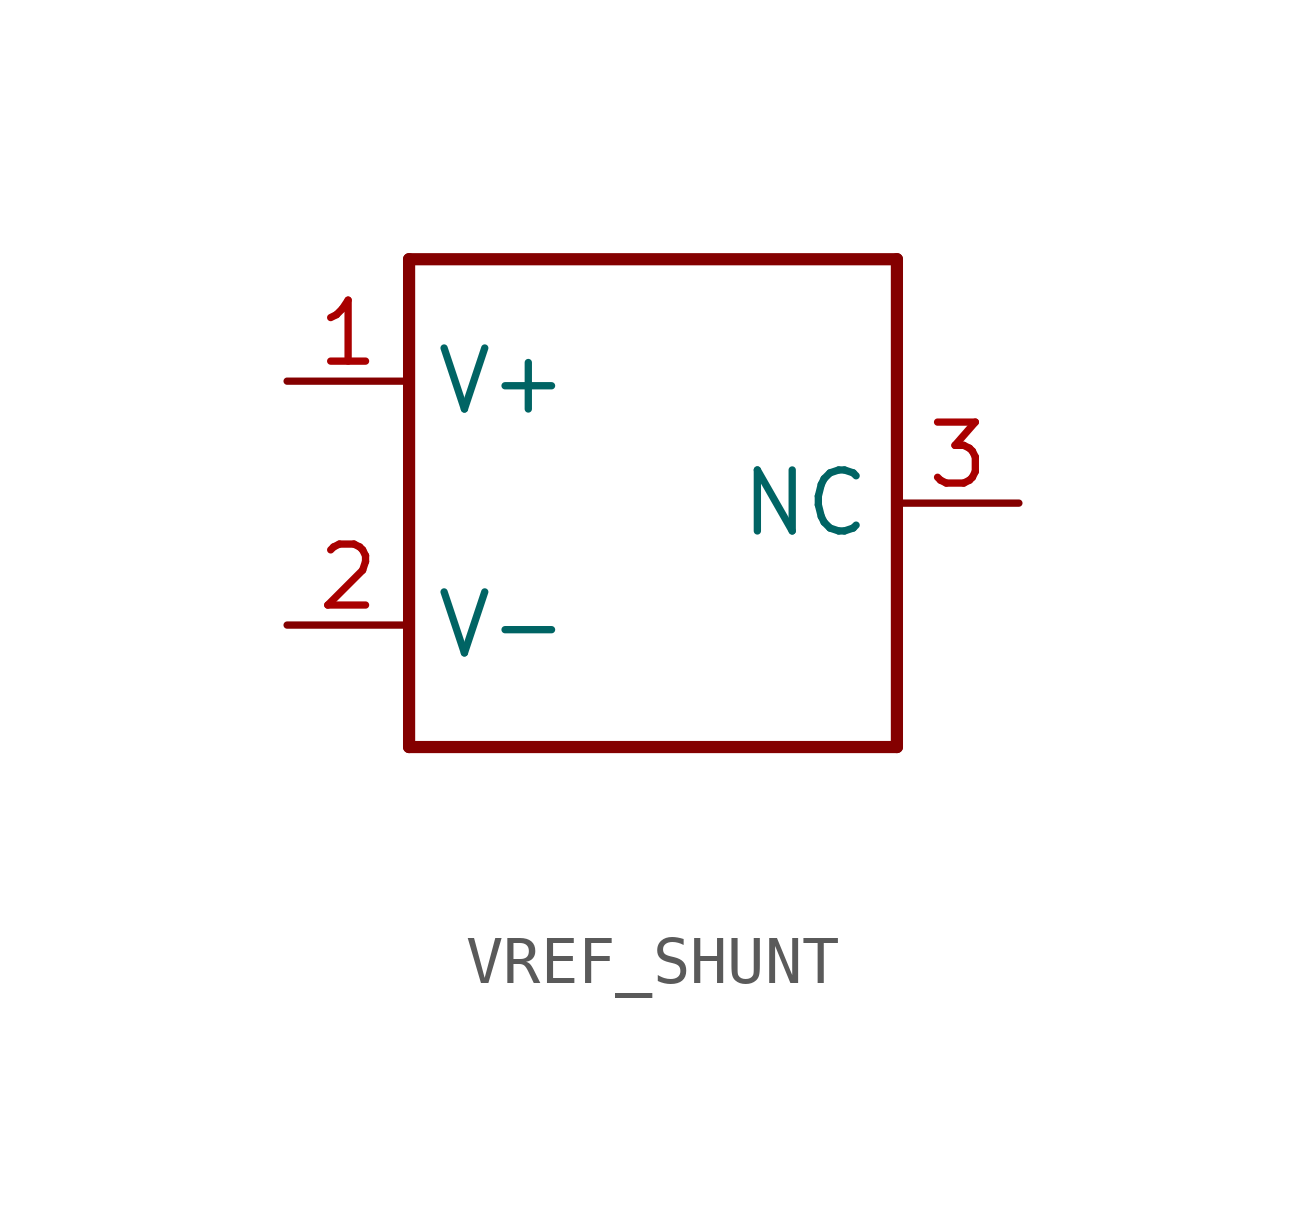
<source format=kicad_sym>
(kicad_symbol_lib
  (version 20220914)
  (generator kicad_symbol_editor)
  (symbol "VREF_SHUNT"
    (property "Reference" ""
      (at -9.398 21.082 0)
      (effects (font (size 1.778 1.511)) (justify left bottom) hide))
    (property "Value" ""
      (at -9.652 7.874 0)
      (effects (font (size 1.778 1.511)) (justify left bottom)))
    (property "ki_locked" ""
      (at 0 0 0)
      (effects (font (size 1.27 1.27))))
    (symbol "VREF_SHUNT_1_0"
      (polyline (pts (xy -10.16 10.16) (xy 0 10.16)) (stroke (width 0.254) (type solid)) (fill (type none)))
      (polyline (pts (xy -10.16 20.32) (xy -10.16 10.16)) (stroke (width 0.254) (type solid)) (fill (type none)))
      (polyline (pts (xy 0 10.16) (xy 0 20.32)) (stroke (width 0.254) (type solid)) (fill (type none)))
      (polyline (pts (xy 0 20.32) (xy -10.16 20.32)) (stroke (width 0.254) (type solid)) (fill (type none)))
      (pin bidirectional line (at -12.7 17.78 0) (length 2.54) (name "V+" (effects (font (size 1.27 1.27)))) (number "1" (effects (font (size 1.27 1.27)))))
      (pin bidirectional line (at -12.7 12.7 0) (length 2.54) (name "V-" (effects (font (size 1.27 1.27)))) (number "2" (effects (font (size 1.27 1.27)))))
      (pin bidirectional line (at 2.54 15.24 180) (length 2.54) (name "NC" (effects (font (size 1.27 1.27)))) (number "3" (effects (font (size 1.27 1.27))))))))
</source>
